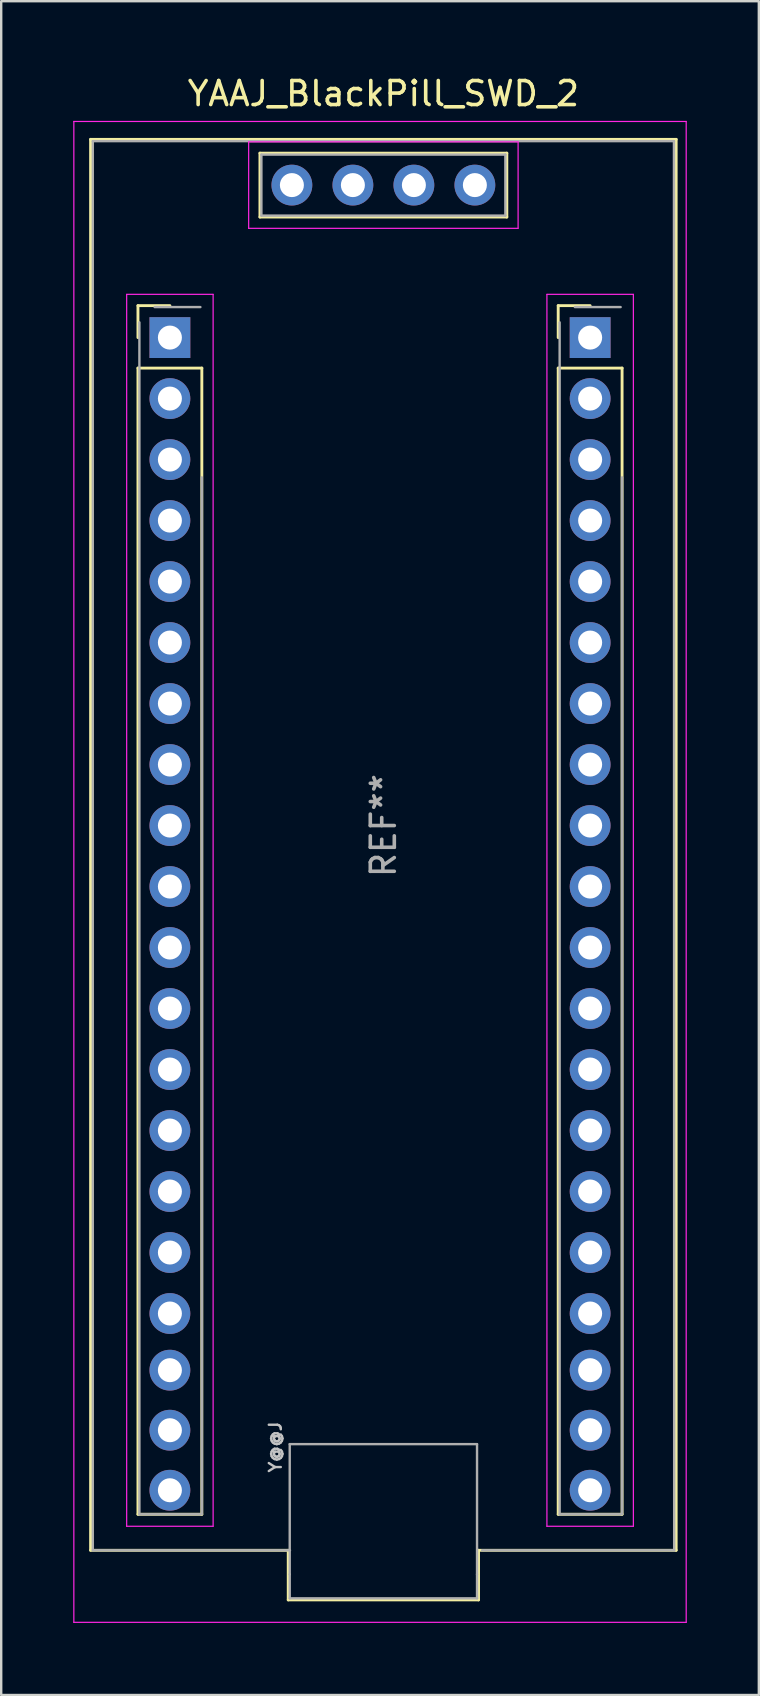
<source format=kicad_pcb>
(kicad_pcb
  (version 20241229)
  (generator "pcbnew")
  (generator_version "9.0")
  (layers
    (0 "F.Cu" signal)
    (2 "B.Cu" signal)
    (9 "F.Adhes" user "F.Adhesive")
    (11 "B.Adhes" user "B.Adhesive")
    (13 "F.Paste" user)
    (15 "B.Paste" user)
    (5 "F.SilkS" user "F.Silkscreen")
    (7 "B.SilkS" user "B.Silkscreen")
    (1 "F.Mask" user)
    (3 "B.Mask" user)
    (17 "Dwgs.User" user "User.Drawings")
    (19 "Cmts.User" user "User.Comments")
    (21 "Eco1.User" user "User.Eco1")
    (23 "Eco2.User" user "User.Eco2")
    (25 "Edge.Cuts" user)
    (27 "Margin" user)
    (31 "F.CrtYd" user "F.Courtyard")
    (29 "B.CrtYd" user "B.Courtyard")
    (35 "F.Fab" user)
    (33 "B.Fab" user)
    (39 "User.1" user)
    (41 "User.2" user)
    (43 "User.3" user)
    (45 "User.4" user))
  (footprint "YAAJ_BlackPill_SWD_2"
    (layer "F.Cu")
    (at 4.025 11.008)
    (property "Reference" "YAAJ_BlackPill_SWD_2" (at 8.89 -10.16 0) (layer "F.SilkS") (effects (font (size 1 1) (thickness 0.15))))
    (attr through_hole)
    (fp_line (start -3.302 -8.255) (end 21.082 -8.255) (stroke (width 0.12) (type solid)) (layer "F.SilkS"))
    (fp_line (start -3.302 50.5) (end -3.302 -8.255) (stroke (width 0.12) (type solid)) (layer "F.SilkS"))
    (fp_line (start -3.302 50.5) (end 4.928 50.5) (stroke (width 0.12) (type solid)) (layer "F.SilkS"))
    (fp_line (start -1.33 -1.33) (end -1.33 0) (stroke (width 0.12) (type solid)) (layer "F.SilkS"))
    (fp_line (start -1.33 -1.33) (end 0 -1.33) (stroke (width 0.12) (type solid)) (layer "F.SilkS"))
    (fp_line (start -1.33 1.27) (end -1.33 49) (stroke (width 0.12) (type solid)) (layer "F.SilkS"))
    (fp_line (start -1.33 1.27) (end 1.33 1.27) (stroke (width 0.12) (type solid)) (layer "F.SilkS"))
    (fp_line (start 1.33 1.27) (end 1.33 49) (stroke (width 0.12) (type solid)) (layer "F.SilkS"))
    (fp_line (start 1.33 49) (end -1.33 49) (stroke (width 0.12) (type solid)) (layer "F.SilkS"))
    (fp_line (start 3.75 -7.68) (end 3.75 -5.02) (stroke (width 0.12) (type solid)) (layer "F.SilkS"))
    (fp_line (start 3.75 -5.02) (end 14.03 -5.02) (stroke (width 0.12) (type solid)) (layer "F.SilkS"))
    (fp_line (start 4.928 50.5) (end 4.928 52.566) (stroke (width 0.12) (type solid)) (layer "F.SilkS"))
    (fp_line (start 4.928 52.566) (end 12.852 52.566) (stroke (width 0.12) (type solid)) (layer "F.SilkS"))
    (fp_line (start 12.852 50.5) (end 21.082 50.5) (stroke (width 0.12) (type solid)) (layer "F.SilkS"))
    (fp_line (start 12.852 52.566) (end 12.852 50.5) (stroke (width 0.12) (type solid)) (layer "F.SilkS"))
    (fp_line (start 14.03 -7.68) (end 3.75 -7.68) (stroke (width 0.12) (type solid)) (layer "F.SilkS"))
    (fp_line (start 14.03 -5.02) (end 14.03 -7.68) (stroke (width 0.12) (type solid)) (layer "F.SilkS"))
    (fp_line (start 16.17 -1.33) (end 16.17 0) (stroke (width 0.12) (type solid)) (layer "F.SilkS"))
    (fp_line (start 16.17 -1.33) (end 17.5 -1.33) (stroke (width 0.12) (type solid)) (layer "F.SilkS"))
    (fp_line (start 16.17 1.27) (end 16.17 49) (stroke (width 0.12) (type solid)) (layer "F.SilkS"))
    (fp_line (start 16.17 1.27) (end 18.83 1.27) (stroke (width 0.12) (type solid)) (layer "F.SilkS"))
    (fp_line (start 18.83 1.27) (end 18.83 49) (stroke (width 0.12) (type solid)) (layer "F.SilkS"))
    (fp_line (start 18.83 49) (end 16.17 49) (stroke (width 0.12) (type solid)) (layer "F.SilkS"))
    (fp_line (start 21.082 -8.255) (end 21.082 50.5) (stroke (width 0.12) (type solid)) (layer "F.SilkS"))
    (fp_line (start -4 -9) (end 21.5 -9) (stroke (width 0.05) (type default)) (layer "F.CrtYd"))
    (fp_line (start -4 53.5) (end -4 -9) (stroke (width 0.05) (type default)) (layer "F.CrtYd"))
    (fp_line (start -1.8 -1.8) (end 1.8 -1.8) (stroke (width 0.05) (type solid)) (layer "F.CrtYd"))
    (fp_line (start -1.8 49.5) (end -1.8 -1.8) (stroke (width 0.05) (type solid)) (layer "F.CrtYd"))
    (fp_line (start 1.8 -1.8) (end 1.8 49.5) (stroke (width 0.05) (type solid)) (layer "F.CrtYd"))
    (fp_line (start 1.8 49.5) (end -1.8 49.5) (stroke (width 0.05) (type solid)) (layer "F.CrtYd"))
    (fp_line (start 3.28 -8.15) (end 14.5 -8.15) (stroke (width 0.05) (type solid)) (layer "F.CrtYd"))
    (fp_line (start 3.28 -4.55) (end 3.28 -8.15) (stroke (width 0.05) (type solid)) (layer "F.CrtYd"))
    (fp_line (start 14.5 -8.15) (end 14.5 -4.55) (stroke (width 0.05) (type solid)) (layer "F.CrtYd"))
    (fp_line (start 14.5 -4.55) (end 3.28 -4.55) (stroke (width 0.05) (type solid)) (layer "F.CrtYd"))
    (fp_line (start 15.7 -1.8) (end 19.3 -1.8) (stroke (width 0.05) (type solid)) (layer "F.CrtYd"))
    (fp_line (start 15.7 49.5) (end 15.7 -1.8) (stroke (width 0.05) (type solid)) (layer "F.CrtYd"))
    (fp_line (start 19.3 -1.8) (end 19.3 49.5) (stroke (width 0.05) (type solid)) (layer "F.CrtYd"))
    (fp_line (start 19.3 49.5) (end 15.7 49.5) (stroke (width 0.05) (type solid)) (layer "F.CrtYd"))
    (fp_line (start 21.5 -9) (end 21.5 53.5) (stroke (width 0.05) (type default)) (layer "F.CrtYd"))
    (fp_line (start 21.5 53.5) (end -4 53.5) (stroke (width 0.05) (type default)) (layer "F.CrtYd"))
    (fp_line (start -3.21 -8.18) (end -3.21 50.5) (stroke (width 0.1) (type solid)) (layer "F.Fab"))
    (fp_line (start -3.21 -8.18) (end 20.99 -8.18) (stroke (width 0.1) (type solid)) (layer "F.Fab"))
    (fp_line (start -3.21 50.5) (end 5 50.5) (stroke (width 0.1) (type solid)) (layer "F.Fab"))
    (fp_line (start -1.27 49) (end -1.27 -0.635) (stroke (width 0.1) (type solid)) (layer "F.Fab"))
    (fp_line (start -1.27 49) (end 1.27 49) (stroke (width 0.1) (type solid)) (layer "F.Fab"))
    (fp_line (start -0.635 -1.27) (end 1.27 -1.27) (stroke (width 0.1) (type solid)) (layer "F.Fab"))
    (fp_line (start 1.33 5.82) (end 1.33 49) (stroke (width 0.1) (type solid)) (layer "F.Fab"))
    (fp_line (start 3.81 -7.62) (end 13.97 -7.62) (stroke (width 0.1) (type solid)) (layer "F.Fab"))
    (fp_line (start 3.81 -5.08) (end 3.81 -7.62) (stroke (width 0.1) (type solid)) (layer "F.Fab"))
    (fp_line (start 4.99 46.08) (end 4.99 51.5) (stroke (width 0.1) (type solid)) (layer "F.Fab"))
    (fp_line (start 4.99 51.5) (end 4.99 52.5) (stroke (width 0.1) (type solid)) (layer "F.Fab"))
    (fp_line (start 4.99 52.5) (end 12.79 52.5) (stroke (width 0.1) (type solid)) (layer "F.Fab"))
    (fp_line (start 12.79 46.08) (end 4.99 46.08) (stroke (width 0.1) (type solid)) (layer "F.Fab"))
    (fp_line (start 12.79 51.5) (end 12.79 46.08) (stroke (width 0.1) (type solid)) (layer "F.Fab"))
    (fp_line (start 12.79 52.5) (end 12.79 51.5) (stroke (width 0.1) (type solid)) (layer "F.Fab"))
    (fp_line (start 13 50.5) (end 21 50.5) (stroke (width 0.1) (type solid)) (layer "F.Fab"))
    (fp_line (start 13.97 -7.62) (end 13.97 -5.08) (stroke (width 0.1) (type solid)) (layer "F.Fab"))
    (fp_line (start 13.97 -5.08) (end 3.81 -5.08) (stroke (width 0.1) (type solid)) (layer "F.Fab"))
    (fp_line (start 16.23 49) (end 16.23 -0.635) (stroke (width 0.1) (type solid)) (layer "F.Fab"))
    (fp_line (start 16.23 49) (end 18.77 49) (stroke (width 0.1) (type solid)) (layer "F.Fab"))
    (fp_line (start 16.865 -1.27) (end 18.77 -1.27) (stroke (width 0.1) (type solid)) (layer "F.Fab"))
    (fp_line (start 18.83 5.82) (end 18.83 49) (stroke (width 0.1) (type solid)) (layer "F.Fab"))
    (fp_line (start 21 50.5) (end 20.99 -8.18) (stroke (width 0.1) (type solid)) (layer "F.Fab"))
    (fp_text user "Y@@J" (at 4.392 46.2 270) (layer "Dwgs.User") (effects (font (size 0.5 0.5) (thickness 0.1))))
    (fp_text user "REF**" (at 8.89 20.32 90) (layer "F.Fab") (effects (font (size 1 1) (thickness 0.15))))
    (pad "1" thru_hole rect (at 0 0) (size 1.7 1.7) (drill 1) (layers "*.Cu" "*.Mask"))
    (pad "2" thru_hole circle (at 0 2.54) (size 1.7 1.7) (drill 1) (layers "*.Cu" "*.Mask"))
    (pad "3" thru_hole circle (at 0 5.08) (size 1.7 1.7) (drill 1) (layers "*.Cu" "*.Mask"))
    (pad "4" thru_hole circle (at 0 7.62) (size 1.7 1.7) (drill 1) (layers "*.Cu" "*.Mask"))
    (pad "5" thru_hole circle (at 0 10.16) (size 1.7 1.7) (drill 1) (layers "*.Cu" "*.Mask"))
    (pad "6" thru_hole circle (at 0 12.7) (size 1.7 1.7) (drill 1) (layers "*.Cu" "*.Mask"))
    (pad "7" thru_hole circle (at 0 15.24) (size 1.7 1.7) (drill 1) (layers "*.Cu" "*.Mask"))
    (pad "8" thru_hole circle (at 0 17.78) (size 1.7 1.7) (drill 1) (layers "*.Cu" "*.Mask"))
    (pad "9" thru_hole circle (at 0 20.32) (size 1.7 1.7) (drill 1) (layers "*.Cu" "*.Mask"))
    (pad "10" thru_hole circle (at 0 22.86) (size 1.7 1.7) (drill 1) (layers "*.Cu" "*.Mask"))
    (pad "11" thru_hole circle (at 0 25.4) (size 1.7 1.7) (drill 1) (layers "*.Cu" "*.Mask"))
    (pad "12" thru_hole circle (at 0 27.94) (size 1.7 1.7) (drill 1) (layers "*.Cu" "*.Mask"))
    (pad "13" thru_hole circle (at 0 30.48) (size 1.7 1.7) (drill 1) (layers "*.Cu" "*.Mask"))
    (pad "14" thru_hole circle (at 0 33.02) (size 1.7 1.7) (drill 1) (layers "*.Cu" "*.Mask"))
    (pad "15" thru_hole circle (at 0 35.56) (size 1.7 1.7) (drill 1) (layers "*.Cu" "*.Mask"))
    (pad "16" thru_hole circle (at 0 38.1) (size 1.7 1.7) (drill 1) (layers "*.Cu" "*.Mask"))
    (pad "17" thru_hole circle (at 0 40.64) (size 1.7 1.7) (drill 1) (layers "*.Cu" "*.Mask"))
    (pad "18" thru_hole circle (at 0 43) (size 1.7 1.7) (drill 1) (layers "*.Cu" "*.Mask"))
    (pad "19" thru_hole circle (at 0 45.5) (size 1.7 1.7) (drill 1) (layers "*.Cu" "*.Mask"))
    (pad "20" thru_hole circle (at 0 48) (size 1.7 1.7) (drill 1) (layers "*.Cu" "*.Mask"))
    (pad "21" thru_hole circle (at 17.5 48) (size 1.7 1.7) (drill 1) (layers "*.Cu" "*.Mask"))
    (pad "22" thru_hole circle (at 17.5 45.5) (size 1.7 1.7) (drill 1) (layers "*.Cu" "*.Mask"))
    (pad "23" thru_hole circle (at 17.5 43) (size 1.7 1.7) (drill 1) (layers "*.Cu" "*.Mask"))
    (pad "24" thru_hole circle (at 17.5 40.64) (size 1.7 1.7) (drill 1) (layers "*.Cu" "*.Mask"))
    (pad "25" thru_hole circle (at 17.5 38.1) (size 1.7 1.7) (drill 1) (layers "*.Cu" "*.Mask"))
    (pad "26" thru_hole circle (at 17.5 35.56) (size 1.7 1.7) (drill 1) (layers "*.Cu" "*.Mask"))
    (pad "27" thru_hole circle (at 17.5 33.02) (size 1.7 1.7) (drill 1) (layers "*.Cu" "*.Mask"))
    (pad "28" thru_hole circle (at 17.5 30.48) (size 1.7 1.7) (drill 1) (layers "*.Cu" "*.Mask"))
    (pad "29" thru_hole circle (at 17.5 27.94) (size 1.7 1.7) (drill 1) (layers "*.Cu" "*.Mask"))
    (pad "30" thru_hole circle (at 17.5 25.4) (size 1.7 1.7) (drill 1) (layers "*.Cu" "*.Mask"))
    (pad "31" thru_hole circle (at 17.5 22.86) (size 1.7 1.7) (drill 1) (layers "*.Cu" "*.Mask"))
    (pad "32" thru_hole circle (at 17.5 20.32) (size 1.7 1.7) (drill 1) (layers "*.Cu" "*.Mask"))
    (pad "33" thru_hole circle (at 17.5 17.78) (size 1.7 1.7) (drill 1) (layers "*.Cu" "*.Mask"))
    (pad "34" thru_hole circle (at 17.5 15.24) (size 1.7 1.7) (drill 1) (layers "*.Cu" "*.Mask"))
    (pad "35" thru_hole circle (at 12.7 -6.35) (size 1.7 1.7) (drill 1) (layers "*.Cu" "*.Mask"))
    (pad "35" thru_hole circle (at 17.5 12.7) (size 1.7 1.7) (drill 1) (layers "*.Cu" "*.Mask"))
    (pad "36" thru_hole circle (at 10.16 -6.35) (size 1.7 1.7) (drill 1) (layers "*.Cu" "*.Mask"))
    (pad "36" thru_hole circle (at 17.5 10.16) (size 1.7 1.7) (drill 1) (layers "*.Cu" "*.Mask"))
    (pad "37" thru_hole circle (at 7.62 -6.35) (size 1.7 1.7) (drill 1) (layers "*.Cu" "*.Mask"))
    (pad "37" thru_hole circle (at 17.5 7.62) (size 1.7 1.7) (drill 1) (layers "*.Cu" "*.Mask"))
    (pad "38" thru_hole circle (at 5.08 -6.35) (size 1.7 1.7) (drill 1) (layers "*.Cu" "*.Mask"))
    (pad "38" thru_hole circle (at 17.5 5.08) (size 1.7 1.7) (drill 1) (layers "*.Cu" "*.Mask"))
    (pad "39" thru_hole circle (at 17.5 2.54) (size 1.7 1.7) (drill 1) (layers "*.Cu" "*.Mask"))
    (pad "40" thru_hole rect (at 17.5 0) (size 1.7 1.7) (drill 1) (layers "*.Cu" "*.Mask")))
  (gr_rect
    (start -3 -3)
    (end 28.55 67.533)
    (stroke (width 0.1) (type default))
    (fill no)
    (layer "Edge.Cuts")))
</source>
